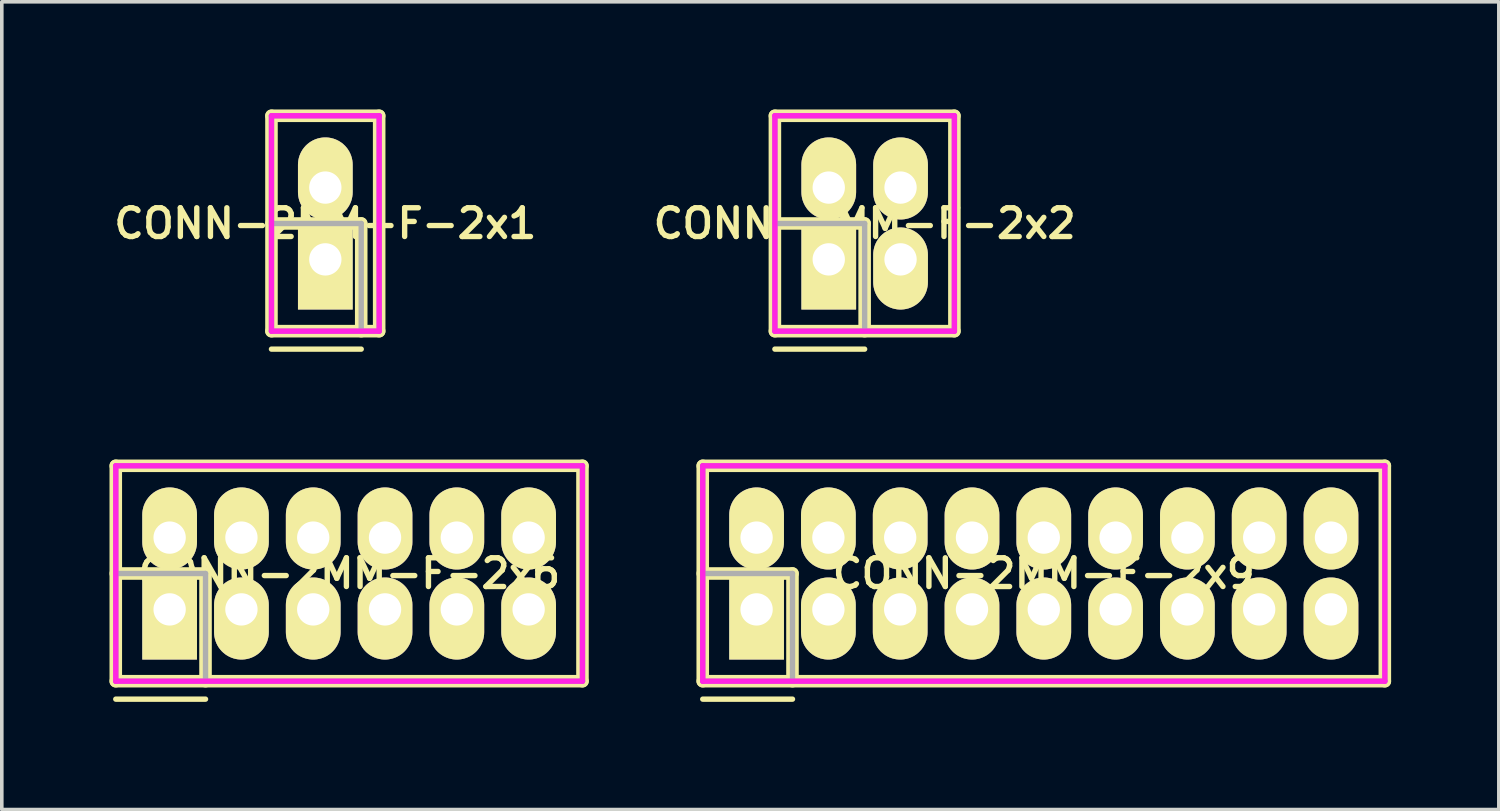
<source format=kicad_pcb>
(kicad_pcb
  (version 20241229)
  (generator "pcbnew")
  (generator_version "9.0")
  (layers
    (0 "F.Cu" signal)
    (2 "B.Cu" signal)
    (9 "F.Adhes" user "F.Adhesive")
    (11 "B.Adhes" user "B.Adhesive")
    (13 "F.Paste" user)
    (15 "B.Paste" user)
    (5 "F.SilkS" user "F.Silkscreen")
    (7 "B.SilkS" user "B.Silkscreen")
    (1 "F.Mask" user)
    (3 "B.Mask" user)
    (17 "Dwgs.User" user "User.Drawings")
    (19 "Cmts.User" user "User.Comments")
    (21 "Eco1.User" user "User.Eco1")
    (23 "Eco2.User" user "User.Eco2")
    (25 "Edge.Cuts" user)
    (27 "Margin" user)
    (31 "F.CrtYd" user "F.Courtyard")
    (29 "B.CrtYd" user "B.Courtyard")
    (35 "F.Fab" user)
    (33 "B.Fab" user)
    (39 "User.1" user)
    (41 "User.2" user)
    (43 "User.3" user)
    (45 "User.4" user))
  (footprint "CONN-2MM-F-2x9"
    (layer "F.Cu")
    (at 26.025 12.925)
    (property "Reference" "CONN-2MM-F-2x9" (at 0 0 0) (layer "F.SilkS") (effects (font (size 0.8 0.8) (thickness 0.15))))
    (attr through_hole)
    (fp_line (start -9.5 -3) (end 9.5 -3) (stroke (width 0.35) (type solid)) (layer "F.SilkS"))
    (fp_line (start -9.5 0) (end -7 0) (stroke (width 0.35) (type solid)) (layer "F.SilkS"))
    (fp_line (start -9.5 3) (end -9.5 -3) (stroke (width 0.35) (type solid)) (layer "F.SilkS"))
    (fp_line (start -9.5 3.5) (end -7 3.5) (stroke (width 0.15) (type solid)) (layer "F.SilkS"))
    (fp_line (start -7 0) (end -7 3) (stroke (width 0.35) (type solid)) (layer "F.SilkS"))
    (fp_line (start 9.5 -3) (end 9.5 3) (stroke (width 0.35) (type solid)) (layer "F.SilkS"))
    (fp_line (start 9.5 3) (end -9.5 3) (stroke (width 0.35) (type solid)) (layer "F.SilkS"))
    (fp_line (start -9.5 -3) (end 9.5 -3) (stroke (width 0.15) (type solid)) (layer "F.CrtYd"))
    (fp_line (start -9.5 3) (end -9.5 -3) (stroke (width 0.15) (type solid)) (layer "F.CrtYd"))
    (fp_line (start 9.5 -3) (end 9.5 3) (stroke (width 0.15) (type solid)) (layer "F.CrtYd"))
    (fp_line (start 9.5 3) (end -9.5 3) (stroke (width 0.15) (type solid)) (layer "F.CrtYd"))
    (fp_line (start -9.5 -3) (end 9.5 -3) (stroke (width 0.15) (type solid)) (layer "F.Fab"))
    (fp_line (start -9.5 0) (end -7 0) (stroke (width 0.15) (type solid)) (layer "F.Fab"))
    (fp_line (start -9.5 3) (end -9.5 -3) (stroke (width 0.15) (type solid)) (layer "F.Fab"))
    (fp_line (start -7 0) (end -7 3) (stroke (width 0.15) (type solid)) (layer "F.Fab"))
    (fp_line (start 9.5 -3) (end 9.5 3) (stroke (width 0.15) (type solid)) (layer "F.Fab"))
    (fp_line (start 9.5 3) (end -9.5 3) (stroke (width 0.15) (type solid)) (layer "F.Fab"))
    (pad "1" thru_hole rect (at -8 1) (size 1.524 2.286) (drill 0.9 (offset 0 0.254)) (layers "*.Cu" "*.Mask" "F.SilkS"))
    (pad "2" thru_hole oval (at -8 -1) (size 1.524 2.286) (drill 0.9 (offset 0 -0.254)) (layers "*.Cu" "*.Mask" "F.SilkS"))
    (pad "3" thru_hole oval (at -6 1) (size 1.524 2.286) (drill 0.9 (offset 0 0.254)) (layers "*.Cu" "*.Mask" "F.SilkS"))
    (pad "4" thru_hole oval (at -6 -1) (size 1.524 2.286) (drill 0.9 (offset 0 -0.254)) (layers "*.Cu" "*.Mask" "F.SilkS"))
    (pad "5" thru_hole oval (at -4 1) (size 1.524 2.286) (drill 0.9 (offset 0 0.254)) (layers "*.Cu" "*.Mask" "F.SilkS"))
    (pad "6" thru_hole oval (at -4 -1) (size 1.524 2.286) (drill 0.9 (offset 0 -0.254)) (layers "*.Cu" "*.Mask" "F.SilkS"))
    (pad "7" thru_hole oval (at -2 1) (size 1.524 2.286) (drill 0.9 (offset 0 0.254)) (layers "*.Cu" "*.Mask" "F.SilkS"))
    (pad "8" thru_hole oval (at -2 -1) (size 1.524 2.286) (drill 0.9 (offset 0 -0.254)) (layers "*.Cu" "*.Mask" "F.SilkS"))
    (pad "9" thru_hole oval (at 0 1) (size 1.524 2.286) (drill 0.9 (offset 0 0.254)) (layers "*.Cu" "*.Mask" "F.SilkS"))
    (pad "10" thru_hole oval (at 0 -1) (size 1.524 2.286) (drill 0.9 (offset 0 -0.254)) (layers "*.Cu" "*.Mask" "F.SilkS"))
    (pad "11" thru_hole oval (at 2 1) (size 1.524 2.286) (drill 0.9 (offset 0 0.254)) (layers "*.Cu" "*.Mask" "F.SilkS"))
    (pad "12" thru_hole oval (at 2 -1) (size 1.524 2.286) (drill 0.9 (offset 0 -0.254)) (layers "*.Cu" "*.Mask" "F.SilkS"))
    (pad "13" thru_hole oval (at 4 1) (size 1.524 2.286) (drill 0.9 (offset 0 0.254)) (layers "*.Cu" "*.Mask" "F.SilkS"))
    (pad "14" thru_hole oval (at 4 -1) (size 1.524 2.286) (drill 0.9 (offset 0 -0.254)) (layers "*.Cu" "*.Mask" "F.SilkS"))
    (pad "15" thru_hole oval (at 6 1) (size 1.524 2.286) (drill 0.9 (offset 0 0.254)) (layers "*.Cu" "*.Mask" "F.SilkS"))
    (pad "16" thru_hole oval (at 6 -1) (size 1.524 2.286) (drill 0.9 (offset 0 -0.254)) (layers "*.Cu" "*.Mask" "F.SilkS"))
    (pad "17" thru_hole oval (at 8 1) (size 1.524 2.286) (drill 0.9 (offset 0 0.254)) (layers "*.Cu" "*.Mask" "F.SilkS"))
    (pad "18" thru_hole oval (at 8 -1) (size 1.524 2.286) (drill 0.9 (offset 0 -0.254)) (layers "*.Cu" "*.Mask" "F.SilkS")))
  (footprint "CONN-2MM-F-2x6"
    (layer "F.Cu")
    (at 6.675 12.925)
    (property "Reference" "CONN-2MM-F-2x6" (at 0 0 0) (layer "F.SilkS") (effects (font (size 0.8 0.8) (thickness 0.15))))
    (attr through_hole)
    (fp_line (start -6.5 -3) (end 6.5 -3) (stroke (width 0.35) (type solid)) (layer "F.SilkS"))
    (fp_line (start -6.5 0) (end -4 0) (stroke (width 0.35) (type solid)) (layer "F.SilkS"))
    (fp_line (start -6.5 3) (end -6.5 -3) (stroke (width 0.35) (type solid)) (layer "F.SilkS"))
    (fp_line (start -6.5 3.5) (end -4 3.5) (stroke (width 0.15) (type solid)) (layer "F.SilkS"))
    (fp_line (start -4 0) (end -4 3) (stroke (width 0.35) (type solid)) (layer "F.SilkS"))
    (fp_line (start 6.5 -3) (end 6.5 3) (stroke (width 0.35) (type solid)) (layer "F.SilkS"))
    (fp_line (start 6.5 3) (end -6.5 3) (stroke (width 0.35) (type solid)) (layer "F.SilkS"))
    (fp_line (start -6.5 -3) (end 6.5 -3) (stroke (width 0.15) (type solid)) (layer "F.CrtYd"))
    (fp_line (start -6.5 3) (end -6.5 -3) (stroke (width 0.15) (type solid)) (layer "F.CrtYd"))
    (fp_line (start 6.5 -3) (end 6.5 3) (stroke (width 0.15) (type solid)) (layer "F.CrtYd"))
    (fp_line (start 6.5 3) (end -6.5 3) (stroke (width 0.15) (type solid)) (layer "F.CrtYd"))
    (fp_line (start -6.5 -3) (end 6.5 -3) (stroke (width 0.15) (type solid)) (layer "F.Fab"))
    (fp_line (start -6.5 0) (end -4 0) (stroke (width 0.15) (type solid)) (layer "F.Fab"))
    (fp_line (start -6.5 3) (end -6.5 -3) (stroke (width 0.15) (type solid)) (layer "F.Fab"))
    (fp_line (start -4 0) (end -4 3) (stroke (width 0.15) (type solid)) (layer "F.Fab"))
    (fp_line (start 6.5 -3) (end 6.5 3) (stroke (width 0.15) (type solid)) (layer "F.Fab"))
    (fp_line (start 6.5 3) (end -6.5 3) (stroke (width 0.15) (type solid)) (layer "F.Fab"))
    (pad "1" thru_hole rect (at -5 1) (size 1.524 2.286) (drill 0.9 (offset 0 0.254)) (layers "*.Cu" "*.Mask" "F.SilkS"))
    (pad "2" thru_hole oval (at -5 -1) (size 1.524 2.286) (drill 0.9 (offset 0 -0.254)) (layers "*.Cu" "*.Mask" "F.SilkS"))
    (pad "3" thru_hole oval (at -3 1) (size 1.524 2.286) (drill 0.9 (offset 0 0.254)) (layers "*.Cu" "*.Mask" "F.SilkS"))
    (pad "4" thru_hole oval (at -3 -1) (size 1.524 2.286) (drill 0.9 (offset 0 -0.254)) (layers "*.Cu" "*.Mask" "F.SilkS"))
    (pad "5" thru_hole oval (at -1 1) (size 1.524 2.286) (drill 0.9 (offset 0 0.254)) (layers "*.Cu" "*.Mask" "F.SilkS"))
    (pad "6" thru_hole oval (at -1 -1) (size 1.524 2.286) (drill 0.9 (offset 0 -0.254)) (layers "*.Cu" "*.Mask" "F.SilkS"))
    (pad "7" thru_hole oval (at 1 1) (size 1.524 2.286) (drill 0.9 (offset 0 0.254)) (layers "*.Cu" "*.Mask" "F.SilkS"))
    (pad "8" thru_hole oval (at 1 -1) (size 1.524 2.286) (drill 0.9 (offset 0 -0.254)) (layers "*.Cu" "*.Mask" "F.SilkS"))
    (pad "9" thru_hole oval (at 3 1) (size 1.524 2.286) (drill 0.9 (offset 0 0.254)) (layers "*.Cu" "*.Mask" "F.SilkS"))
    (pad "10" thru_hole oval (at 3 -1) (size 1.524 2.286) (drill 0.9 (offset 0 -0.254)) (layers "*.Cu" "*.Mask" "F.SilkS"))
    (pad "11" thru_hole oval (at 5 1) (size 1.524 2.286) (drill 0.9 (offset 0 0.254)) (layers "*.Cu" "*.Mask" "F.SilkS"))
    (pad "12" thru_hole oval (at 5 -1) (size 1.524 2.286) (drill 0.9 (offset 0 -0.254)) (layers "*.Cu" "*.Mask" "F.SilkS")))
  (footprint "CONN-2MM-F-2x2"
    (layer "F.Cu")
    (at 21.035 3.175)
    (property "Reference" "CONN-2MM-F-2x2" (at 0 0 0) (layer "F.SilkS") (effects (font (size 0.8 0.8) (thickness 0.15))))
    (attr through_hole)
    (fp_line (start -2.5 -3) (end 2.5 -3) (stroke (width 0.35) (type solid)) (layer "F.SilkS"))
    (fp_line (start -2.5 0) (end 0 0) (stroke (width 0.35) (type solid)) (layer "F.SilkS"))
    (fp_line (start -2.5 3) (end -2.5 -3) (stroke (width 0.35) (type solid)) (layer "F.SilkS"))
    (fp_line (start -2.5 3.5) (end 0 3.5) (stroke (width 0.15) (type solid)) (layer "F.SilkS"))
    (fp_line (start 0 0) (end 0 3) (stroke (width 0.35) (type solid)) (layer "F.SilkS"))
    (fp_line (start 2.5 -3) (end 2.5 3) (stroke (width 0.35) (type solid)) (layer "F.SilkS"))
    (fp_line (start 2.5 3) (end -2.5 3) (stroke (width 0.35) (type solid)) (layer "F.SilkS"))
    (fp_line (start -2.5 -3) (end 2.5 -3) (stroke (width 0.15) (type solid)) (layer "F.CrtYd"))
    (fp_line (start -2.5 3) (end -2.5 -3) (stroke (width 0.15) (type solid)) (layer "F.CrtYd"))
    (fp_line (start 2.5 -3) (end 2.5 3) (stroke (width 0.15) (type solid)) (layer "F.CrtYd"))
    (fp_line (start 2.5 3) (end -2.5 3) (stroke (width 0.15) (type solid)) (layer "F.CrtYd"))
    (fp_line (start -2.5 -3) (end 2.5 -3) (stroke (width 0.15) (type solid)) (layer "F.Fab"))
    (fp_line (start -2.5 0) (end 0 0) (stroke (width 0.15) (type solid)) (layer "F.Fab"))
    (fp_line (start -2.5 3) (end -2.5 -3) (stroke (width 0.15) (type solid)) (layer "F.Fab"))
    (fp_line (start 0 0) (end 0 3) (stroke (width 0.15) (type solid)) (layer "F.Fab"))
    (fp_line (start 2.5 -3) (end 2.5 3) (stroke (width 0.15) (type solid)) (layer "F.Fab"))
    (fp_line (start 2.5 3) (end -2.5 3) (stroke (width 0.15) (type solid)) (layer "F.Fab"))
    (pad "1" thru_hole rect (at -1 1) (size 1.524 2.286) (drill 0.9 (offset 0 0.254)) (layers "*.Cu" "*.Mask" "F.SilkS"))
    (pad "2" thru_hole oval (at -1 -1) (size 1.524 2.286) (drill 0.9 (offset 0 -0.254)) (layers "*.Cu" "*.Mask" "F.SilkS"))
    (pad "3" thru_hole oval (at 1 1) (size 1.524 2.286) (drill 0.9 (offset 0 0.254)) (layers "*.Cu" "*.Mask" "F.SilkS"))
    (pad "4" thru_hole oval (at 1 -1) (size 1.524 2.286) (drill 0.9 (offset 0 -0.254)) (layers "*.Cu" "*.Mask" "F.SilkS")))
  (footprint "CONN-2MM-F-2x1"
    (layer "F.Cu")
    (at 6.012 3.175)
    (property "Reference" "CONN-2MM-F-2x1" (at 0 0 0) (layer "F.SilkS") (effects (font (size 0.8 0.8) (thickness 0.15))))
    (attr through_hole)
    (fp_line (start -1.5 -3) (end 1.5 -3) (stroke (width 0.35) (type solid)) (layer "F.SilkS"))
    (fp_line (start -1.5 0) (end 1 0) (stroke (width 0.35) (type solid)) (layer "F.SilkS"))
    (fp_line (start -1.5 3) (end -1.5 -3) (stroke (width 0.35) (type solid)) (layer "F.SilkS"))
    (fp_line (start -1.5 3.5) (end 1 3.5) (stroke (width 0.15) (type solid)) (layer "F.SilkS"))
    (fp_line (start 1 0) (end 1 3) (stroke (width 0.35) (type solid)) (layer "F.SilkS"))
    (fp_line (start 1.5 -3) (end 1.5 3) (stroke (width 0.35) (type solid)) (layer "F.SilkS"))
    (fp_line (start 1.5 3) (end -1.5 3) (stroke (width 0.35) (type solid)) (layer "F.SilkS"))
    (fp_line (start -1.5 -3) (end 1.5 -3) (stroke (width 0.15) (type solid)) (layer "F.CrtYd"))
    (fp_line (start -1.5 3) (end -1.5 -3) (stroke (width 0.15) (type solid)) (layer "F.CrtYd"))
    (fp_line (start 1.5 -3) (end 1.5 3) (stroke (width 0.15) (type solid)) (layer "F.CrtYd"))
    (fp_line (start 1.5 3) (end -1.5 3) (stroke (width 0.15) (type solid)) (layer "F.CrtYd"))
    (fp_line (start -1.5 -3) (end 1.5 -3) (stroke (width 0.15) (type solid)) (layer "F.Fab"))
    (fp_line (start -1.5 0) (end 1 0) (stroke (width 0.15) (type solid)) (layer "F.Fab"))
    (fp_line (start -1.5 3) (end -1.5 -3) (stroke (width 0.15) (type solid)) (layer "F.Fab"))
    (fp_line (start 1 0) (end 1 3) (stroke (width 0.15) (type solid)) (layer "F.Fab"))
    (fp_line (start 1.5 -3) (end 1.5 3) (stroke (width 0.15) (type solid)) (layer "F.Fab"))
    (fp_line (start 1.5 3) (end -1.5 3) (stroke (width 0.15) (type solid)) (layer "F.Fab"))
    (pad "1" thru_hole rect (at 0 1) (size 1.524 2.286) (drill 0.9 (offset 0 0.254)) (layers "*.Cu" "*.Mask" "F.SilkS"))
    (pad "2" thru_hole oval (at 0 -1) (size 1.524 2.286) (drill 0.9 (offset 0 -0.254)) (layers "*.Cu" "*.Mask" "F.SilkS")))
  (gr_rect
    (start -3 -3)
    (end 38.7 19.5)
    (stroke (width 0.1) (type default))
    (fill no)
    (layer "Edge.Cuts")))
</source>
